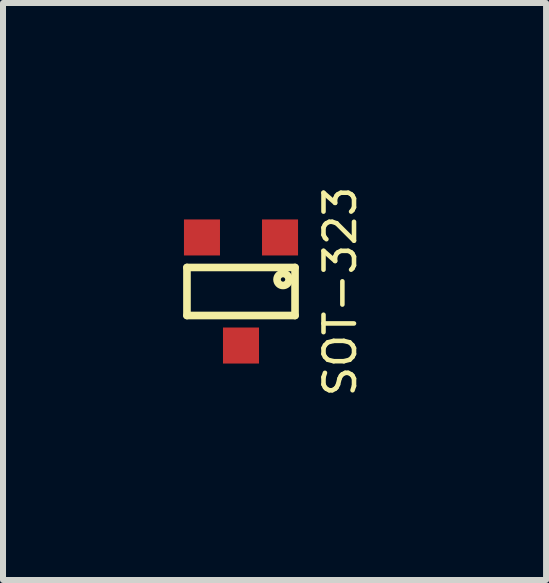
<source format=kicad_pcb>
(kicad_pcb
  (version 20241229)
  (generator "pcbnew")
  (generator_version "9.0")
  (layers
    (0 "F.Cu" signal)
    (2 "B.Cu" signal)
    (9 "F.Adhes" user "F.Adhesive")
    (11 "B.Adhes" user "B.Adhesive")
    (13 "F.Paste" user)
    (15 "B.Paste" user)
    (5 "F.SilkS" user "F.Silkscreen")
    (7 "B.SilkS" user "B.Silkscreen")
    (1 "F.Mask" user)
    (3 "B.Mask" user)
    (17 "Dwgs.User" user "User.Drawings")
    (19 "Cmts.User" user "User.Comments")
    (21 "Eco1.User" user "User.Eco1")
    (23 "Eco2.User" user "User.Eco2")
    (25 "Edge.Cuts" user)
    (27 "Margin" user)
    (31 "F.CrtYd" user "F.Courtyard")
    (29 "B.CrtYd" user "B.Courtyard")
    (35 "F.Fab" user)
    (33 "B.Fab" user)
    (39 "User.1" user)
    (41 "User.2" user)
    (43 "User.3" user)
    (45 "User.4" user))
  (footprint "SOT-323"
    (layer "F.Cu")
    (at 0.964 1.805)
    (property "Reference" "SOT-323" (at 1.651 0 90) (layer "F.SilkS") (effects (font (size 0.508 0.508) (thickness 0.076))))
    (attr smd)
    (fp_line (start -0.9 -0.4) (end -0.9 0.4) (stroke (width 0.127) (type solid)) (layer "F.SilkS"))
    (fp_line (start -0.9 -0.4) (end 0.9 -0.4) (stroke (width 0.127) (type solid)) (layer "F.SilkS"))
    (fp_line (start -0.9 0.4) (end 0.9 0.4) (stroke (width 0.127) (type solid)) (layer "F.SilkS"))
    (fp_line (start 0.9 0.4) (end 0.9 -0.4) (stroke (width 0.127) (type solid)) (layer "F.SilkS"))
    (fp_circle (center 0.7 -0.2) (end 0.7 -0.1) (stroke (width 0.127) (type solid)) (fill no) (layer "F.SilkS"))
    (pad "1" smd rect (at 0.65 -0.9) (size 0.6 0.6) (layers "F.Cu" "F.Mask" "F.Paste"))
    (pad "2" smd rect (at -0.65 -0.9) (size 0.6 0.6) (layers "F.Cu" "F.Mask" "F.Paste"))
    (pad "3" smd rect (at 0 0.9) (size 0.6 0.6) (layers "F.Cu" "F.Mask" "F.Paste")))
  (gr_rect
    (start -3 -3)
    (end 6.045 6.61)
    (stroke (width 0.1) (type default))
    (fill no)
    (layer "Edge.Cuts")))
</source>
